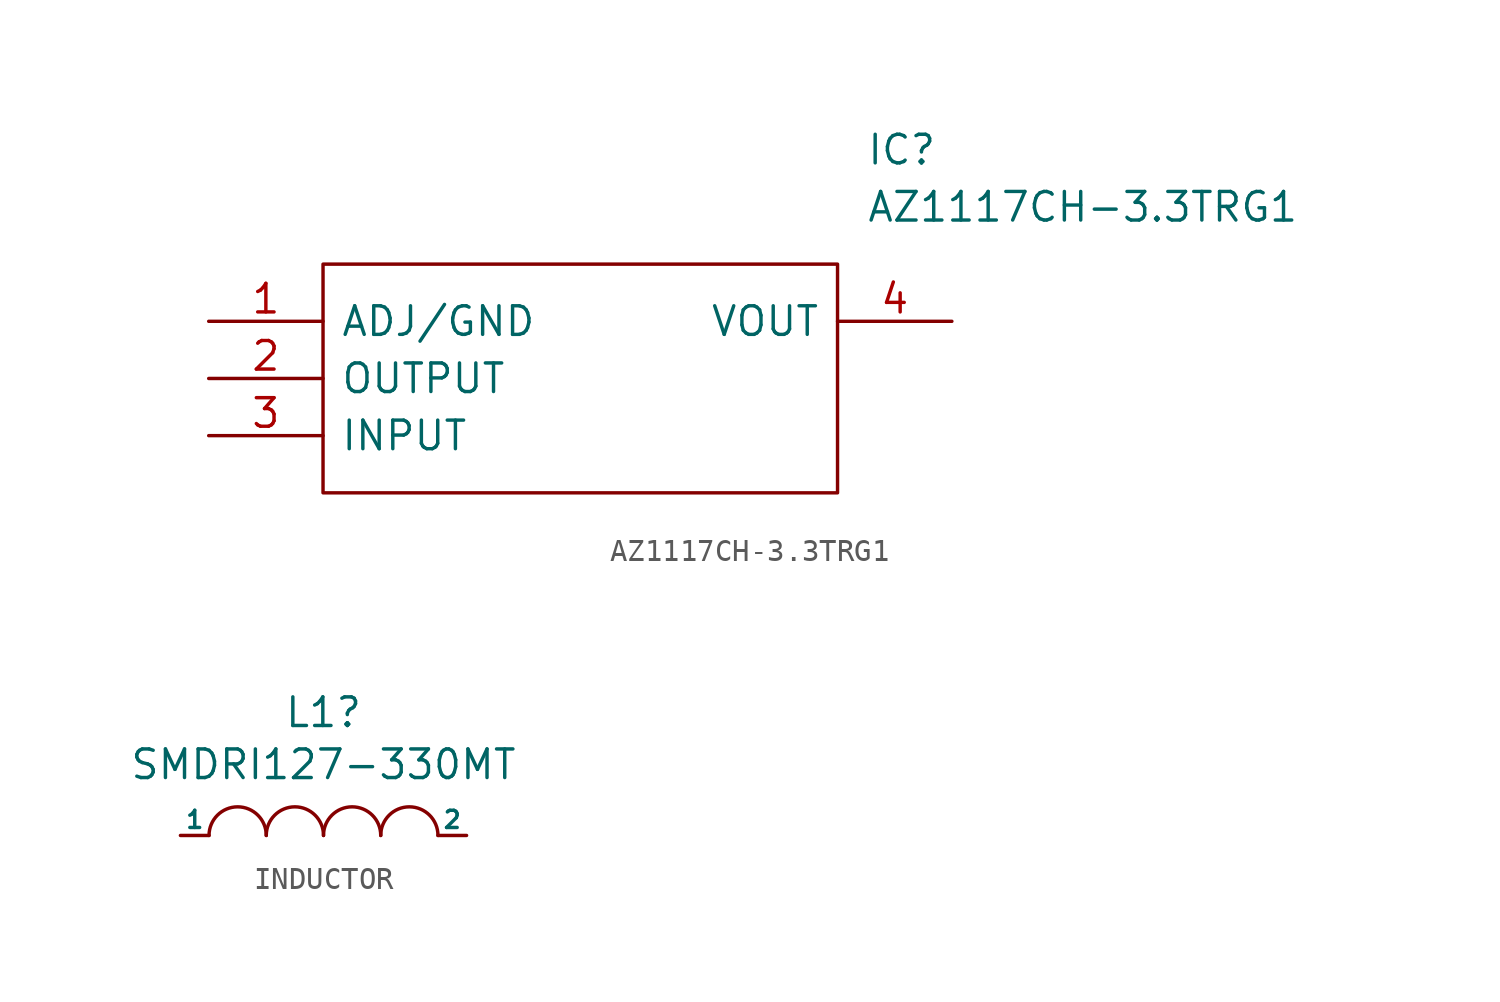
<source format=kicad_sym>
(kicad_symbol_lib
  (version 20231120)
  (generator "kicad_symbol_editor")
  (generator_version "8.0")
  (symbol "AZ1117CH-3.3TRG1"
    (pin_names
      (offset 0.762))
    (property "Reference" "IC"
      (at 29.21 7.62 0)
      (effects (font (size 1.27 1.27)) (justify left)))
    (property "Value" "AZ1117CH-3.3TRG1"
      (at 29.21 5.08 0)
      (effects (font (size 1.27 1.27)) (justify left)))
    (symbol "AZ1117CH-3.3TRG1_0_0"
      (pin passive line (at 0 0 0) (length 5.08) (name "ADJ/GND" (effects (font (size 1.27 1.27)))) (number "1" (effects (font (size 1.27 1.27)))))
      (pin passive line (at 0 -2.54 0) (length 5.08) (name "OUTPUT" (effects (font (size 1.27 1.27)))) (number "2" (effects (font (size 1.27 1.27)))))
      (pin passive line (at 0 -5.08 0) (length 5.08) (name "INPUT" (effects (font (size 1.27 1.27)))) (number "3" (effects (font (size 1.27 1.27)))))
      (pin passive line (at 33.02 0 180) (length 5.08) (name "VOUT" (effects (font (size 1.27 1.27)))) (number "4" (effects (font (size 1.27 1.27))))))
    (symbol "AZ1117CH-3.3TRG1_0_1"
      (polyline (pts (xy 5.08 2.54) (xy 27.94 2.54) (xy 27.94 -7.62) (xy 5.08 -7.62) (xy 5.08 2.54)) (stroke (width 0.152) (type solid)) (fill (type none)))))
  (symbol "INDUCTOR"
    (pin_numbers hide)
    (pin_names
      (offset 0))
    (property "Reference" "L1"
      (at 0 5.461 0)
      (effects (font (size 1.27 1.27))))
    (property "Value" "SMDRI127-330MT"
      (at 0 3.15 0)
      (effects (font (size 1.27 1.27))))
    (symbol "INDUCTOR_0_1"
      (arc (start -2.54 0) (mid -3.81 1.2645) (end -5.08 0) (stroke (width 0) (type default)) (fill (type none)))
      (arc (start 0 0) (mid -1.27 1.2645) (end -2.54 0) (stroke (width 0) (type default)) (fill (type none)))
      (arc (start 2.54 0) (mid 1.27 1.2645) (end 0 0) (stroke (width 0) (type default)) (fill (type none)))
      (arc (start 5.08 0) (mid 3.81 1.2645) (end 2.54 0) (stroke (width 0) (type default)) (fill (type none))))
    (symbol "INDUCTOR_1_1"
      (pin input line (at -6.35 0 0) (length 1.27) (name "1" (effects (font (size 0.762 0.762)))) (number "1" (effects (font (size 0.762 0.762)))))
      (pin input line (at 6.35 0 180) (length 1.27) (name "2" (effects (font (size 0.762 0.762)))) (number "2" (effects (font (size 0.762 0.762))))))))
</source>
